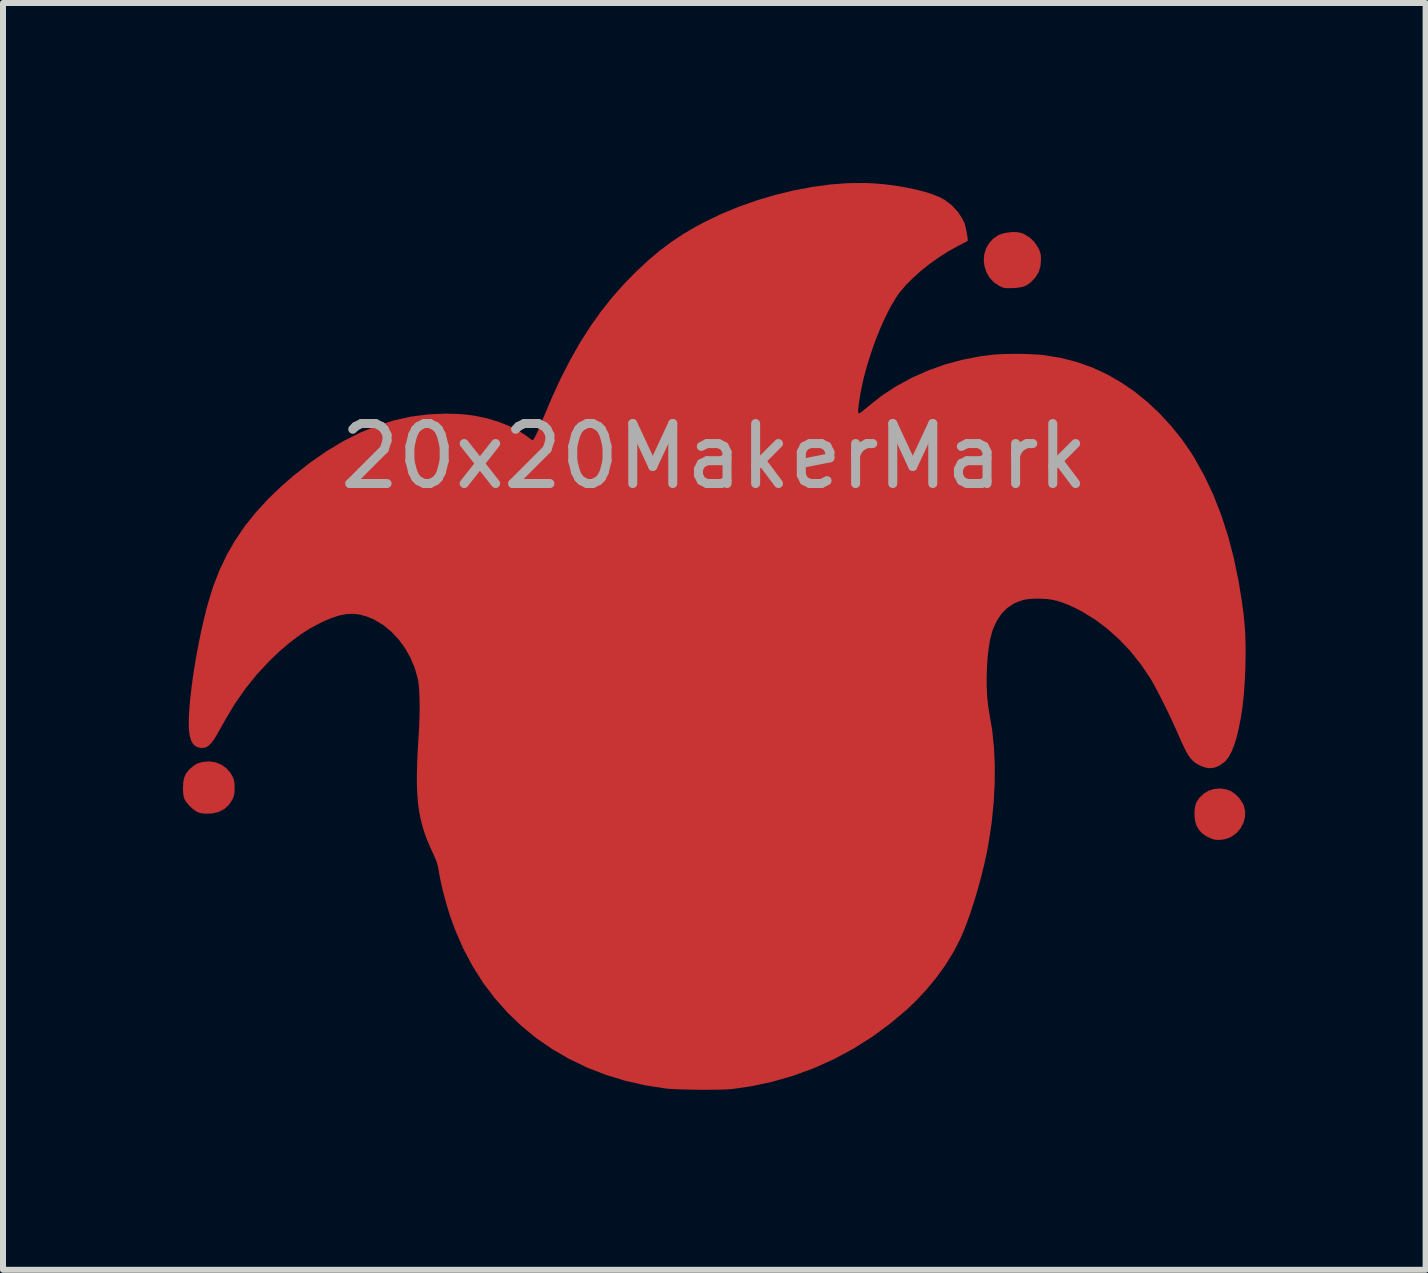
<source format=kicad_pcb>
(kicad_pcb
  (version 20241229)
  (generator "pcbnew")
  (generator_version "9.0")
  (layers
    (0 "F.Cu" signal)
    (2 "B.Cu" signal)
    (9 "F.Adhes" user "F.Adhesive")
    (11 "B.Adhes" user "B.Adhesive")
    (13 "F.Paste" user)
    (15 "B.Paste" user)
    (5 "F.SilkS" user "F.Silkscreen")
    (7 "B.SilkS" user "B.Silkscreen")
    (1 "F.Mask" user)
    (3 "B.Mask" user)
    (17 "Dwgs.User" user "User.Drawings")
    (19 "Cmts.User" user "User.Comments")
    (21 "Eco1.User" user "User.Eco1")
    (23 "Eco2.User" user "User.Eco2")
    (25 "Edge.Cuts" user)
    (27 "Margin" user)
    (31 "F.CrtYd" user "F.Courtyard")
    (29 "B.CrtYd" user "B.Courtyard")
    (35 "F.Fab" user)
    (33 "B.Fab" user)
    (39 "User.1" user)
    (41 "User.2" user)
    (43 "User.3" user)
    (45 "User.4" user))
  (footprint "20x20MakerMark"
    (layer "F.Cu")
    (at 8.853 7.554)
    (property "Reference" "20x20MakerMark" (at 0 -3 0) (unlocked yes) (layer "F.Fab") (effects (font (size 1 1) (thickness 0.15))))
    (attr through_hole)
    (fp_poly (pts (xy 8.526 2.55) (xy 8.603 2.577) (xy 8.684 2.63) (xy 8.755 2.702) (xy 8.809 2.784) (xy 8.827 2.824) (xy 8.849 2.918) (xy 8.847 3.014) (xy 8.822 3.108) (xy 8.777 3.195) (xy 8.714 3.272) (xy 8.634 3.333) (xy 8.59 3.356) (xy 8.518 3.381) (xy 8.439 3.394) (xy 8.365 3.394) (xy 8.306 3.381) (xy 8.21 3.338) (xy 8.136 3.288) (xy 8.08 3.228) (xy 8.037 3.153) (xy 8.037 3.153) (xy 8.017 3.088) (xy 8.006 3.008) (xy 8.005 2.924) (xy 8.014 2.844) (xy 8.032 2.778) (xy 8.035 2.772) (xy 8.086 2.693) (xy 8.157 2.625) (xy 8.239 2.575) (xy 8.33 2.546) (xy 8.429 2.537)) (stroke (width 0) (type solid)) (fill yes) (layer "F.Cu"))
    (fp_poly (pts (xy 5.053 -6.734) (xy 5.104 -6.725) (xy 5.153 -6.708) (xy 5.164 -6.703) (xy 5.261 -6.644) (xy 5.341 -6.565) (xy 5.403 -6.469) (xy 5.403 -6.469) (xy 5.425 -6.421) (xy 5.438 -6.381) (xy 5.445 -6.339) (xy 5.446 -6.284) (xy 5.446 -6.267) (xy 5.437 -6.162) (xy 5.409 -6.071) (xy 5.358 -5.986) (xy 5.318 -5.94) (xy 5.262 -5.886) (xy 5.205 -5.848) (xy 5.141 -5.823) (xy 5.062 -5.809) (xy 4.98 -5.803) (xy 4.915 -5.801) (xy 4.869 -5.801) (xy 4.835 -5.805) (xy 4.806 -5.814) (xy 4.773 -5.828) (xy 4.75 -5.84) (xy 4.662 -5.899) (xy 4.591 -5.974) (xy 4.539 -6.063) (xy 4.506 -6.16) (xy 4.493 -6.262) (xy 4.501 -6.365) (xy 4.532 -6.465) (xy 4.581 -6.55) (xy 4.652 -6.628) (xy 4.736 -6.685) (xy 4.835 -6.72) (xy 4.95 -6.736) (xy 4.988 -6.737)) (stroke (width 0) (type solid)) (fill yes) (layer "F.Cu"))
    (fp_poly (pts (xy -8.307 2.103) (xy -8.212 2.142) (xy -8.129 2.201) (xy -8.061 2.278) (xy -8.031 2.331) (xy -8.012 2.373) (xy -8.001 2.411) (xy -7.995 2.454) (xy -7.993 2.513) (xy -7.993 2.527) (xy -7.994 2.589) (xy -7.999 2.634) (xy -8.009 2.672) (xy -8.026 2.712) (xy -8.031 2.723) (xy -8.088 2.81) (xy -8.163 2.878) (xy -8.254 2.926) (xy -8.277 2.933) (xy -8.363 2.952) (xy -8.454 2.958) (xy -8.539 2.952) (xy -8.596 2.938) (xy -8.644 2.913) (xy -8.698 2.871) (xy -8.752 2.82) (xy -8.797 2.766) (xy -8.827 2.718) (xy -8.84 2.681) (xy -8.848 2.638) (xy -8.852 2.58) (xy -8.853 2.527) (xy -8.848 2.431) (xy -8.833 2.355) (xy -8.804 2.291) (xy -8.76 2.234) (xy -8.73 2.204) (xy -8.674 2.157) (xy -8.623 2.126) (xy -8.564 2.105) (xy -8.513 2.093) (xy -8.408 2.086)) (stroke (width 0) (type solid)) (fill yes) (layer "F.Cu"))
    (fp_poly (pts (xy 2.667 -7.547) (xy 2.847 -7.532) (xy 3.025 -7.509) (xy 3.196 -7.48) (xy 3.357 -7.446) (xy 3.506 -7.408) (xy 3.638 -7.366) (xy 3.751 -7.321) (xy 3.841 -7.273) (xy 3.85 -7.268) (xy 3.959 -7.183) (xy 4.055 -7.081) (xy 4.131 -6.969) (xy 4.173 -6.882) (xy 4.184 -6.843) (xy 4.197 -6.788) (xy 4.209 -6.725) (xy 4.22 -6.663) (xy 4.226 -6.612) (xy 4.227 -6.591) (xy 4.215 -6.584) (xy 4.185 -6.567) (xy 4.139 -6.543) (xy 4.083 -6.514) (xy 4.066 -6.506) (xy 3.905 -6.417) (xy 3.746 -6.316) (xy 3.591 -6.205) (xy 3.444 -6.088) (xy 3.309 -5.967) (xy 3.19 -5.847) (xy 3.09 -5.729) (xy 3.035 -5.65) (xy 2.946 -5.502) (xy 2.858 -5.331) (xy 2.773 -5.142) (xy 2.691 -4.94) (xy 2.616 -4.728) (xy 2.548 -4.511) (xy 2.494 -4.312) (xy 2.474 -4.225) (xy 2.454 -4.13) (xy 2.436 -4.034) (xy 2.421 -3.943) (xy 2.409 -3.862) (xy 2.402 -3.798) (xy 2.4 -3.763) (xy 2.401 -3.728) (xy 2.406 -3.714) (xy 2.42 -3.716) (xy 2.43 -3.722) (xy 2.453 -3.737) (xy 2.489 -3.766) (xy 2.534 -3.802) (xy 2.56 -3.825) (xy 2.784 -4.003) (xy 3.027 -4.163) (xy 3.286 -4.305) (xy 3.56 -4.427) (xy 3.845 -4.529) (xy 4.14 -4.609) (xy 4.442 -4.667) (xy 4.651 -4.693) (xy 4.745 -4.7) (xy 4.858 -4.704) (xy 4.983 -4.706) (xy 5.111 -4.706) (xy 5.237 -4.703) (xy 5.354 -4.697) (xy 5.453 -4.69) (xy 5.482 -4.687) (xy 5.765 -4.642) (xy 6.037 -4.573) (xy 6.298 -4.481) (xy 6.551 -4.364) (xy 6.796 -4.222) (xy 7.011 -4.074) (xy 7.218 -3.906) (xy 7.42 -3.717) (xy 7.611 -3.51) (xy 7.788 -3.291) (xy 7.946 -3.065) (xy 8.003 -2.973) (xy 8.17 -2.673) (xy 8.319 -2.356) (xy 8.45 -2.023) (xy 8.564 -1.672) (xy 8.661 -1.302) (xy 8.741 -0.913) (xy 8.792 -0.6) (xy 8.812 -0.453) (xy 8.828 -0.325) (xy 8.839 -0.209) (xy 8.848 -0.098) (xy 8.853 0.015) (xy 8.856 0.138) (xy 8.857 0.277) (xy 8.857 0.3) (xy 8.853 0.531) (xy 8.843 0.754) (xy 8.828 0.966) (xy 8.806 1.166) (xy 8.779 1.352) (xy 8.746 1.522) (xy 8.71 1.675) (xy 8.668 1.81) (xy 8.623 1.923) (xy 8.574 2.014) (xy 8.521 2.081) (xy 8.501 2.099) (xy 8.416 2.158) (xy 8.335 2.191) (xy 8.254 2.2) (xy 8.171 2.185) (xy 8.112 2.162) (xy 8.06 2.135) (xy 8.015 2.107) (xy 7.975 2.074) (xy 7.938 2.034) (xy 7.902 1.983) (xy 7.865 1.919) (xy 7.825 1.838) (xy 7.779 1.738) (xy 7.734 1.637) (xy 7.682 1.519) (xy 7.624 1.393) (xy 7.563 1.264) (xy 7.5 1.136) (xy 7.438 1.013) (xy 7.379 0.899) (xy 7.325 0.799) (xy 7.279 0.717) (xy 7.258 0.684) (xy 7.103 0.457) (xy 6.932 0.244) (xy 6.748 0.05) (xy 6.552 -0.125) (xy 6.348 -0.279) (xy 6.136 -0.409) (xy 6.023 -0.467) (xy 5.906 -0.521) (xy 5.806 -0.561) (xy 5.714 -0.59) (xy 5.626 -0.61) (xy 5.533 -0.621) (xy 5.43 -0.626) (xy 5.379 -0.627) (xy 5.271 -0.623) (xy 5.179 -0.611) (xy 5.095 -0.587) (xy 5.012 -0.552) (xy 4.984 -0.538) (xy 4.882 -0.469) (xy 4.791 -0.378) (xy 4.715 -0.265) (xy 4.653 -0.134) (xy 4.629 -0.063) (xy 4.599 0.053) (xy 4.576 0.189) (xy 4.558 0.341) (xy 4.547 0.503) (xy 4.541 0.669) (xy 4.542 0.835) (xy 4.549 0.995) (xy 4.563 1.143) (xy 4.584 1.275) (xy 4.586 1.287) (xy 4.632 1.555) (xy 4.662 1.841) (xy 4.677 2.142) (xy 4.675 2.454) (xy 4.658 2.773) (xy 4.626 3.097) (xy 4.577 3.423) (xy 4.546 3.593) (xy 4.502 3.797) (xy 4.451 4.005) (xy 4.394 4.214) (xy 4.333 4.419) (xy 4.269 4.615) (xy 4.204 4.797) (xy 4.138 4.961) (xy 4.098 5.051) (xy 3.989 5.261) (xy 3.858 5.474) (xy 3.707 5.684) (xy 3.539 5.888) (xy 3.358 6.082) (xy 3.212 6.221) (xy 2.927 6.461) (xy 2.628 6.68) (xy 2.316 6.876) (xy 1.992 7.05) (xy 1.658 7.2) (xy 1.316 7.325) (xy 0.966 7.426) (xy 0.609 7.502) (xy 0.3 7.546) (xy 0.24 7.551) (xy 0.159 7.555) (xy 0.06 7.557) (xy -0.051 7.558) (xy -0.171 7.559) (xy -0.293 7.558) (xy -0.414 7.556) (xy -0.528 7.553) (xy -0.631 7.55) (xy -0.719 7.545) (xy -0.786 7.54) (xy -0.8 7.539) (xy -1.15 7.484) (xy -1.489 7.407) (xy -1.813 7.307) (xy -2.124 7.186) (xy -2.42 7.043) (xy -2.701 6.88) (xy -2.966 6.697) (xy -3.214 6.494) (xy -3.445 6.272) (xy -3.658 6.031) (xy -3.853 5.773) (xy -4.028 5.496) (xy -4.183 5.203) (xy -4.318 4.893) (xy -4.4 4.668) (xy -4.431 4.568) (xy -4.464 4.457) (xy -4.496 4.34) (xy -4.526 4.224) (xy -4.552 4.114) (xy -4.572 4.016) (xy -4.586 3.938) (xy -4.587 3.933) (xy -4.596 3.879) (xy -4.605 3.832) (xy -4.617 3.789) (xy -4.633 3.742) (xy -4.656 3.687) (xy -4.687 3.617) (xy -4.713 3.56) (xy -4.769 3.433) (xy -4.817 3.309) (xy -4.857 3.185) (xy -4.89 3.058) (xy -4.916 2.927) (xy -4.935 2.788) (xy -4.948 2.638) (xy -4.955 2.475) (xy -4.955 2.297) (xy -4.95 2.1) (xy -4.94 1.882) (xy -4.925 1.647) (xy -4.917 1.501) (xy -4.912 1.354) (xy -4.909 1.212) (xy -4.91 1.077) (xy -4.914 0.953) (xy -4.921 0.845) (xy -4.931 0.757) (xy -4.94 0.707) (xy -4.991 0.528) (xy -5.063 0.357) (xy -5.153 0.198) (xy -5.259 0.053) (xy -5.379 -0.075) (xy -5.51 -0.183) (xy -5.652 -0.269) (xy -5.673 -0.28) (xy -5.791 -0.329) (xy -5.904 -0.361) (xy -6.015 -0.374) (xy -6.129 -0.369) (xy -6.248 -0.346) (xy -6.378 -0.304) (xy -6.521 -0.243) (xy -6.554 -0.227) (xy -6.73 -0.134) (xy -6.9 -0.025) (xy -7.07 0.102) (xy -7.242 0.249) (xy -7.407 0.406) (xy -7.619 0.633) (xy -7.811 0.871) (xy -7.988 1.125) (xy -8.133 1.367) (xy -8.172 1.436) (xy -8.214 1.51) (xy -8.252 1.577) (xy -8.276 1.62) (xy -8.331 1.711) (xy -8.38 1.778) (xy -8.427 1.825) (xy -8.473 1.852) (xy -8.522 1.862) (xy -8.575 1.858) (xy -8.634 1.839) (xy -8.68 1.802) (xy -8.714 1.745) (xy -8.739 1.666) (xy -8.745 1.634) (xy -8.755 1.551) (xy -8.758 1.446) (xy -8.754 1.32) (xy -8.745 1.177) (xy -8.73 1.019) (xy -8.71 0.848) (xy -8.686 0.668) (xy -8.657 0.481) (xy -8.624 0.29) (xy -8.587 0.098) (xy -8.548 -0.094) (xy -8.505 -0.281) (xy -8.46 -0.462) (xy -8.438 -0.545) (xy -8.35 -0.83) (xy -8.245 -1.1) (xy -8.123 -1.357) (xy -7.981 -1.603) (xy -7.82 -1.839) (xy -7.636 -2.068) (xy -7.43 -2.292) (xy -7.199 -2.513) (xy -7.013 -2.674) (xy -6.736 -2.893) (xy -6.458 -3.086) (xy -6.181 -3.252) (xy -5.903 -3.392) (xy -5.624 -3.507) (xy -5.343 -3.596) (xy -5.06 -3.659) (xy -4.774 -3.697) (xy -4.485 -3.71) (xy -4.48 -3.71) (xy -4.296 -3.706) (xy -4.129 -3.694) (xy -3.971 -3.671) (xy -3.814 -3.638) (xy -3.768 -3.627) (xy -3.597 -3.575) (xy -3.433 -3.51) (xy -3.282 -3.436) (xy -3.15 -3.354) (xy -3.102 -3.318) (xy -3.066 -3.291) (xy -3.038 -3.272) (xy -3.025 -3.267) (xy -3.012 -3.279) (xy -2.99 -3.316) (xy -2.96 -3.376) (xy -2.923 -3.458) (xy -2.88 -3.561) (xy -2.853 -3.627) (xy -2.704 -3.979) (xy -2.553 -4.307) (xy -2.396 -4.612) (xy -2.234 -4.897) (xy -2.064 -5.164) (xy -1.885 -5.415) (xy -1.697 -5.652) (xy -1.497 -5.877) (xy -1.305 -6.073) (xy -1.108 -6.257) (xy -0.915 -6.421) (xy -0.719 -6.568) (xy -0.517 -6.703) (xy -0.3 -6.83) (xy -0.168 -6.9) (xy 0.113 -7.036) (xy 0.406 -7.157) (xy 0.709 -7.264) (xy 1.018 -7.356) (xy 1.328 -7.431) (xy 1.637 -7.489) (xy 1.942 -7.53) (xy 2.238 -7.552) (xy 2.523 -7.554)) (stroke (width 0) (type solid)) (fill yes) (layer "F.Cu"))
    (fp_poly (pts (xy 8.526 2.55) (xy 8.603 2.577) (xy 8.684 2.63) (xy 8.755 2.702) (xy 8.809 2.784) (xy 8.827 2.824) (xy 8.849 2.918) (xy 8.847 3.014) (xy 8.822 3.108) (xy 8.777 3.195) (xy 8.714 3.272) (xy 8.634 3.333) (xy 8.59 3.356) (xy 8.518 3.381) (xy 8.439 3.394) (xy 8.365 3.394) (xy 8.306 3.381) (xy 8.21 3.338) (xy 8.136 3.288) (xy 8.08 3.228) (xy 8.037 3.153) (xy 8.037 3.153) (xy 8.017 3.088) (xy 8.006 3.008) (xy 8.005 2.924) (xy 8.014 2.844) (xy 8.032 2.778) (xy 8.035 2.772) (xy 8.086 2.693) (xy 8.157 2.625) (xy 8.239 2.575) (xy 8.33 2.546) (xy 8.429 2.537)) (stroke (width 0) (type solid)) (fill yes) (layer "F.Mask"))
    (fp_poly (pts (xy 1.881 2.563) (xy 1.943 2.578) (xy 2.021 2.618) (xy 2.091 2.681) (xy 2.15 2.761) (xy 2.193 2.855) (xy 2.205 2.894) (xy 2.216 2.987) (xy 2.203 3.08) (xy 2.17 3.17) (xy 2.118 3.251) (xy 2.05 3.319) (xy 1.975 3.364) (xy 1.927 3.379) (xy 1.861 3.39) (xy 1.787 3.396) (xy 1.714 3.397) (xy 1.651 3.393) (xy 1.618 3.386) (xy 1.568 3.361) (xy 1.514 3.318) (xy 1.462 3.263) (xy 1.417 3.202) (xy 1.393 3.157) (xy 1.371 3.105) (xy 1.36 3.059) (xy 1.355 3.005) (xy 1.354 2.967) (xy 1.355 2.906) (xy 1.361 2.86) (xy 1.375 2.819) (xy 1.391 2.784) (xy 1.443 2.704) (xy 1.511 2.637) (xy 1.59 2.589) (xy 1.618 2.578) (xy 1.699 2.56) (xy 1.791 2.555)) (stroke (width 0) (type solid)) (fill yes) (layer "F.Mask"))
    (fp_poly (pts (xy 5.053 -6.734) (xy 5.104 -6.725) (xy 5.153 -6.708) (xy 5.164 -6.703) (xy 5.261 -6.644) (xy 5.341 -6.565) (xy 5.403 -6.469) (xy 5.403 -6.469) (xy 5.425 -6.421) (xy 5.438 -6.381) (xy 5.445 -6.339) (xy 5.446 -6.284) (xy 5.446 -6.267) (xy 5.437 -6.162) (xy 5.409 -6.071) (xy 5.358 -5.986) (xy 5.318 -5.94) (xy 5.262 -5.886) (xy 5.205 -5.848) (xy 5.141 -5.823) (xy 5.062 -5.809) (xy 4.98 -5.803) (xy 4.915 -5.801) (xy 4.869 -5.801) (xy 4.835 -5.805) (xy 4.806 -5.814) (xy 4.773 -5.828) (xy 4.75 -5.84) (xy 4.662 -5.899) (xy 4.591 -5.974) (xy 4.539 -6.063) (xy 4.506 -6.16) (xy 4.493 -6.262) (xy 4.501 -6.365) (xy 4.532 -6.465) (xy 4.581 -6.55) (xy 4.652 -6.628) (xy 4.736 -6.685) (xy 4.835 -6.72) (xy 4.95 -6.736) (xy 4.988 -6.737)) (stroke (width 0) (type solid)) (fill yes) (layer "F.Mask"))
    (fp_poly (pts (xy -8.307 2.103) (xy -8.212 2.142) (xy -8.129 2.201) (xy -8.061 2.278) (xy -8.031 2.331) (xy -8.012 2.373) (xy -8.001 2.411) (xy -7.995 2.454) (xy -7.993 2.513) (xy -7.993 2.527) (xy -7.994 2.589) (xy -7.999 2.634) (xy -8.009 2.672) (xy -8.026 2.712) (xy -8.031 2.723) (xy -8.088 2.81) (xy -8.163 2.878) (xy -8.254 2.926) (xy -8.277 2.933) (xy -8.363 2.952) (xy -8.454 2.958) (xy -8.539 2.952) (xy -8.596 2.938) (xy -8.644 2.913) (xy -8.698 2.871) (xy -8.752 2.82) (xy -8.797 2.766) (xy -8.827 2.718) (xy -8.84 2.681) (xy -8.848 2.638) (xy -8.852 2.58) (xy -8.853 2.527) (xy -8.848 2.431) (xy -8.833 2.355) (xy -8.804 2.291) (xy -8.76 2.234) (xy -8.73 2.204) (xy -8.674 2.157) (xy -8.623 2.126) (xy -8.564 2.105) (xy -8.513 2.093) (xy -8.408 2.086)) (stroke (width 0) (type solid)) (fill yes) (layer "F.Mask"))
    (fp_poly (pts (xy -1.436 2.997) (xy -1.365 3.008) (xy -1.306 3.03) (xy -1.253 3.064) (xy -1.2 3.115) (xy -1.188 3.128) (xy -1.126 3.209) (xy -1.087 3.292) (xy -1.07 3.386) (xy -1.069 3.46) (xy -1.081 3.559) (xy -1.111 3.642) (xy -1.161 3.718) (xy -1.203 3.762) (xy -1.282 3.822) (xy -1.376 3.863) (xy -1.479 3.885) (xy -1.584 3.885) (xy -1.615 3.88) (xy -1.664 3.868) (xy -1.71 3.852) (xy -1.72 3.847) (xy -1.775 3.81) (xy -1.834 3.758) (xy -1.887 3.698) (xy -1.928 3.64) (xy -1.931 3.634) (xy -1.948 3.599) (xy -1.958 3.567) (xy -1.964 3.529) (xy -1.966 3.478) (xy -1.967 3.433) (xy -1.963 3.348) (xy -1.951 3.281) (xy -1.927 3.223) (xy -1.888 3.167) (xy -1.842 3.116) (xy -1.79 3.066) (xy -1.744 3.031) (xy -1.696 3.01) (xy -1.638 2.998) (xy -1.564 2.994) (xy -1.527 2.994)) (stroke (width 0) (type solid)) (fill yes) (layer "F.Mask"))
    (fp_poly (pts (xy 2.629 -7.543) (xy 2.745 -7.537) (xy 2.771 -7.535) (xy 2.929 -7.517) (xy 3.087 -7.493) (xy 3.241 -7.464) (xy 3.389 -7.43) (xy 3.525 -7.393) (xy 3.647 -7.353) (xy 3.75 -7.312) (xy 3.831 -7.269) (xy 3.841 -7.263) (xy 3.953 -7.176) (xy 4.047 -7.077) (xy 4.122 -6.967) (xy 4.176 -6.85) (xy 4.207 -6.73) (xy 4.213 -6.642) (xy 4.212 -6.621) (xy 4.207 -6.605) (xy 4.194 -6.59) (xy 4.169 -6.573) (xy 4.128 -6.55) (xy 4.07 -6.52) (xy 3.912 -6.432) (xy 3.755 -6.333) (xy 3.601 -6.223) (xy 3.455 -6.108) (xy 3.32 -5.989) (xy 3.2 -5.871) (xy 3.099 -5.755) (xy 3.033 -5.665) (xy 2.965 -5.553) (xy 2.893 -5.42) (xy 2.821 -5.27) (xy 2.75 -5.109) (xy 2.683 -4.941) (xy 2.621 -4.772) (xy 2.574 -4.627) (xy 2.537 -4.503) (xy 2.504 -4.379) (xy 2.474 -4.258) (xy 2.448 -4.143) (xy 2.427 -4.035) (xy 2.411 -3.939) (xy 2.401 -3.856) (xy 2.396 -3.789) (xy 2.398 -3.741) (xy 2.407 -3.714) (xy 2.413 -3.71) (xy 2.43 -3.717) (xy 2.463 -3.739) (xy 2.508 -3.772) (xy 2.561 -3.814) (xy 2.593 -3.84) (xy 2.834 -4.024) (xy 3.09 -4.188) (xy 3.36 -4.33) (xy 3.643 -4.45) (xy 3.935 -4.548) (xy 4.236 -4.623) (xy 4.544 -4.674) (xy 4.856 -4.7) (xy 5.172 -4.702) (xy 5.173 -4.702) (xy 5.474 -4.68) (xy 5.762 -4.634) (xy 6.038 -4.565) (xy 6.302 -4.472) (xy 6.556 -4.354) (xy 6.8 -4.213) (xy 7.035 -4.046) (xy 7.262 -3.854) (xy 7.374 -3.747) (xy 7.556 -3.556) (xy 7.72 -3.365) (xy 7.867 -3.168) (xy 8.002 -2.961) (xy 8.128 -2.739) (xy 8.247 -2.498) (xy 8.321 -2.331) (xy 8.424 -2.07) (xy 8.519 -1.788) (xy 8.604 -1.49) (xy 8.679 -1.181) (xy 8.743 -0.866) (xy 8.794 -0.55) (xy 8.83 -0.238) (xy 8.839 -0.134) (xy 8.851 0.067) (xy 8.855 0.277) (xy 8.852 0.49) (xy 8.841 0.705) (xy 8.825 0.917) (xy 8.802 1.122) (xy 8.774 1.318) (xy 8.74 1.501) (xy 8.702 1.667) (xy 8.659 1.812) (xy 8.625 1.902) (xy 8.573 2.002) (xy 8.509 2.082) (xy 8.435 2.141) (xy 8.355 2.178) (xy 8.269 2.191) (xy 8.182 2.18) (xy 8.118 2.156) (xy 8.061 2.125) (xy 8.011 2.09) (xy 7.966 2.048) (xy 7.924 1.996) (xy 7.882 1.93) (xy 7.838 1.849) (xy 7.791 1.748) (xy 7.738 1.625) (xy 7.734 1.615) (xy 7.66 1.445) (xy 7.58 1.272) (xy 7.496 1.101) (xy 7.41 0.936) (xy 7.326 0.785) (xy 7.246 0.651) (xy 7.222 0.613) (xy 7.088 0.422) (xy 6.94 0.241) (xy 6.781 0.071) (xy 6.612 -0.085) (xy 6.437 -0.226) (xy 6.259 -0.35) (xy 6.078 -0.454) (xy 5.899 -0.536) (xy 5.723 -0.595) (xy 5.671 -0.608) (xy 5.582 -0.623) (xy 5.481 -0.632) (xy 5.376 -0.634) (xy 5.273 -0.63) (xy 5.182 -0.619) (xy 5.113 -0.604) (xy 4.987 -0.551) (xy 4.877 -0.477) (xy 4.783 -0.382) (xy 4.705 -0.266) (xy 4.643 -0.129) (xy 4.608 -0.011) (xy 4.588 0.072) (xy 4.572 0.151) (xy 4.561 0.231) (xy 4.552 0.316) (xy 4.546 0.412) (xy 4.542 0.523) (xy 4.541 0.654) (xy 4.54 0.733) (xy 4.54 0.843) (xy 4.541 0.93) (xy 4.542 1) (xy 4.544 1.058) (xy 4.548 1.108) (xy 4.554 1.156) (xy 4.562 1.205) (xy 4.572 1.262) (xy 4.583 1.32) (xy 4.603 1.421) (xy 4.619 1.507) (xy 4.631 1.583) (xy 4.641 1.654) (xy 4.648 1.726) (xy 4.653 1.803) (xy 4.657 1.892) (xy 4.66 1.996) (xy 4.662 2.121) (xy 4.663 2.13) (xy 4.664 2.417) (xy 4.655 2.686) (xy 4.637 2.943) (xy 4.607 3.197) (xy 4.565 3.455) (xy 4.511 3.722) (xy 4.466 3.916) (xy 4.385 4.225) (xy 4.297 4.51) (xy 4.202 4.773) (xy 4.098 5.017) (xy 3.984 5.245) (xy 3.858 5.457) (xy 3.719 5.657) (xy 3.567 5.848) (xy 3.399 6.03) (xy 3.215 6.207) (xy 3.194 6.226) (xy 2.92 6.456) (xy 2.631 6.666) (xy 2.331 6.856) (xy 2.019 7.026) (xy 1.7 7.174) (xy 1.373 7.299) (xy 1.043 7.4) (xy 0.71 7.478) (xy 0.376 7.53) (xy 0.214 7.546) (xy 0.143 7.55) (xy 0.052 7.553) (xy -0.054 7.556) (xy -0.168 7.557) (xy -0.284 7.557) (xy -0.396 7.557) (xy -0.497 7.555) (xy -0.581 7.552) (xy -0.6 7.551) (xy -0.771 7.536) (xy -0.959 7.509) (xy -1.157 7.473) (xy -1.359 7.429) (xy -1.557 7.378) (xy -1.747 7.321) (xy -1.88 7.276) (xy -2.191 7.148) (xy -2.486 6.999) (xy -2.765 6.829) (xy -3.028 6.639) (xy -3.273 6.429) (xy -3.501 6.199) (xy -3.71 5.951) (xy -3.901 5.685) (xy -4.071 5.401) (xy -4.222 5.101) (xy -4.305 4.904) (xy -4.361 4.755) (xy -4.415 4.595) (xy -4.464 4.431) (xy -4.509 4.268) (xy -4.545 4.113) (xy -4.572 3.974) (xy -4.578 3.936) (xy -4.588 3.875) (xy -4.6 3.822) (xy -4.615 3.77) (xy -4.636 3.713) (xy -4.665 3.647) (xy -4.676 3.623) (xy -4.204 3.623) (xy -4.174 3.795) (xy -4.121 4.062) (xy -4.058 4.311) (xy -3.982 4.549) (xy -3.892 4.783) (xy -3.783 5.018) (xy -3.758 5.07) (xy -3.677 5.22) (xy -3.583 5.377) (xy -3.482 5.532) (xy -3.378 5.678) (xy -3.277 5.806) (xy -3.275 5.808) (xy -3.099 5.999) (xy -2.903 6.182) (xy -2.69 6.352) (xy -2.466 6.507) (xy -2.235 6.641) (xy -2.182 6.669) (xy -1.96 6.772) (xy -1.725 6.864) (xy -1.483 6.944) (xy -1.238 7.011) (xy -0.998 7.062) (xy -0.767 7.095) (xy -0.647 7.106) (xy -0.569 7.11) (xy -0.47 7.112) (xy -0.355 7.112) (xy -0.23 7.111) (xy -0.1 7.109) (xy 0.03 7.105) (xy 0.153 7.1) (xy 0.265 7.094) (xy 0.297 7.092) (xy 0.495 7.07) (xy 0.707 7.031) (xy 0.93 6.976) (xy 1.16 6.906) (xy 1.393 6.823) (xy 1.624 6.727) (xy 1.85 6.621) (xy 1.867 6.612) (xy 2.126 6.47) (xy 2.376 6.311) (xy 2.614 6.14) (xy 2.838 5.956) (xy 3.044 5.764) (xy 3.231 5.564) (xy 3.395 5.36) (xy 3.491 5.223) (xy 3.595 5.047) (xy 3.694 4.848) (xy 3.788 4.628) (xy 3.875 4.391) (xy 3.955 4.139) (xy 4.026 3.875) (xy 4.089 3.602) (xy 4.141 3.323) (xy 4.183 3.041) (xy 4.213 2.759) (xy 4.214 2.753) (xy 4.22 2.656) (xy 4.225 2.543) (xy 4.228 2.418) (xy 4.229 2.287) (xy 4.228 2.155) (xy 4.226 2.028) (xy 4.222 1.911) (xy 4.216 1.81) (xy 4.209 1.728) (xy 4.208 1.719) (xy 4.201 1.664) (xy 4.191 1.594) (xy 4.179 1.514) (xy 4.166 1.427) (xy 4.152 1.337) (xy 4.139 1.249) (xy 4.126 1.167) (xy 4.114 1.093) (xy 4.103 1.033) (xy 4.096 0.99) (xy 4.091 0.968) (xy 4.09 0.966) (xy 4.074 0.96) (xy 4.035 0.951) (xy 3.98 0.941) (xy 3.914 0.93) (xy 3.841 0.919) (xy 3.766 0.908) (xy 3.694 0.899) (xy 3.693 0.899) (xy 3.595 0.89) (xy 3.475 0.882) (xy 3.34 0.877) (xy 3.194 0.872) (xy 3.043 0.87) (xy 2.892 0.869) (xy 2.748 0.871) (xy 2.615 0.874) (xy 2.513 0.879) (xy 1.969 0.924) (xy 1.432 0.994) (xy 0.903 1.09) (xy 0.382 1.211) (xy -0.131 1.357) (xy -0.635 1.528) (xy -0.873 1.619) (xy -1.072 1.699) (xy -1.256 1.775) (xy -1.43 1.851) (xy -1.597 1.927) (xy -1.762 2.005) (xy -1.927 2.088) (xy -2.096 2.177) (xy -2.274 2.274) (xy -2.463 2.38) (xy -2.668 2.499) (xy -2.844 2.602) (xy -3.031 2.718) (xy -3.225 2.845) (xy -3.42 2.981) (xy -3.61 3.121) (xy -3.791 3.262) (xy -3.958 3.4) (xy -4.105 3.531) (xy -4.204 3.623) (xy -4.676 3.623) (xy -4.703 3.563) (xy -4.711 3.546) (xy -4.806 3.315) (xy -4.876 3.08) (xy -4.922 2.836) (xy -4.933 2.747) (xy -4.939 2.665) (xy -4.943 2.562) (xy -4.945 2.443) (xy -4.946 2.312) (xy -4.944 2.197) (xy -4.502 2.197) (xy -4.502 2.359) (xy -4.495 2.522) (xy -4.483 2.682) (xy -4.466 2.835) (xy -4.444 2.975) (xy -4.418 3.097) (xy -4.393 3.184) (xy -4.385 3.193) (xy -4.371 3.191) (xy -4.346 3.176) (xy -4.308 3.146) (xy -4.254 3.099) (xy -4.247 3.093) (xy -4.13 2.991) (xy -4.027 2.903) (xy -3.929 2.824) (xy -3.832 2.749) (xy -3.75 2.688) (xy -3.537 2.538) (xy -3.303 2.383) (xy -3.052 2.226) (xy -2.789 2.069) (xy -2.517 1.915) (xy -2.242 1.766) (xy -1.967 1.624) (xy -1.698 1.492) (xy -1.438 1.373) (xy -1.319 1.321) (xy -0.809 1.118) (xy -0.29 0.941) (xy 0.236 0.789) (xy 0.769 0.662) (xy 1.307 0.562) (xy 1.851 0.487) (xy 2.394 0.439) (xy 2.575 0.431) (xy 2.774 0.426) (xy 2.985 0.426) (xy 3.2 0.431) (xy 3.415 0.438) (xy 3.623 0.45) (xy 3.818 0.465) (xy 3.993 0.484) (xy 4.028 0.488) (xy 4.089 0.496) (xy 4.097 0.337) (xy 4.115 0.154) (xy 4.152 -0.042) (xy 4.205 -0.244) (xy 4.273 -0.446) (xy 4.286 -0.481) (xy 4.288 -0.492) (xy 4.283 -0.502) (xy 4.266 -0.514) (xy 4.235 -0.527) (xy 4.185 -0.546) (xy 4.114 -0.57) (xy 4.106 -0.573) (xy 4.017 -0.606) (xy 3.92 -0.647) (xy 3.823 -0.692) (xy 3.73 -0.739) (xy 3.65 -0.785) (xy 3.588 -0.825) (xy 3.58 -0.831) (xy 3.47 -0.922) (xy 3.356 -1.031) (xy 3.243 -1.151) (xy 3.138 -1.276) (xy 3.046 -1.399) (xy 2.991 -1.483) (xy 2.958 -1.538) (xy 2.928 -1.583) (xy 2.905 -1.614) (xy 2.892 -1.627) (xy 2.892 -1.627) (xy 2.876 -1.622) (xy 2.839 -1.609) (xy 2.784 -1.589) (xy 2.714 -1.562) (xy 2.632 -1.531) (xy 2.542 -1.497) (xy 2.529 -1.492) (xy 2.326 -1.414) (xy 2.143 -1.348) (xy 1.979 -1.293) (xy 1.829 -1.246) (xy 1.692 -1.209) (xy 1.564 -1.18) (xy 1.442 -1.159) (xy 1.323 -1.144) (xy 1.204 -1.136) (xy 1.082 -1.132) (xy 1.054 -1.132) (xy 0.805 -1.145) (xy 0.556 -1.182) (xy 0.306 -1.244) (xy 0.053 -1.331) (xy -0.099 -1.395) (xy -0.158 -1.422) (xy -0.213 -1.446) (xy -0.256 -1.465) (xy -0.275 -1.474) (xy -0.317 -1.492) (xy -0.448 -1.316) (xy -0.607 -1.118) (xy -0.78 -0.935) (xy -0.964 -0.768) (xy -1.157 -0.62) (xy -1.356 -0.492) (xy -1.558 -0.386) (xy -1.762 -0.304) (xy -1.82 -0.285) (xy -1.87 -0.271) (xy -1.913 -0.26) (xy -1.957 -0.254) (xy -2.008 -0.25) (xy -2.074 -0.248) (xy -2.147 -0.248) (xy -2.232 -0.248) (xy -2.298 -0.25) (xy -2.351 -0.254) (xy -2.398 -0.261) (xy -2.446 -0.272) (xy -2.466 -0.277) (xy -2.563 -0.306) (xy -2.662 -0.34) (xy -2.769 -0.382) (xy -2.888 -0.432) (xy -3.023 -0.494) (xy -3.097 -0.529) (xy -3.176 -0.566) (xy -3.247 -0.598) (xy -3.307 -0.624) (xy -3.352 -0.642) (xy -3.378 -0.65) (xy -3.383 -0.651) (xy -3.39 -0.647) (xy -3.398 -0.638) (xy -3.408 -0.62) (xy -3.421 -0.591) (xy -3.438 -0.551) (xy -3.459 -0.495) (xy -3.486 -0.422) (xy -3.519 -0.33) (xy -3.559 -0.217) (xy -3.593 -0.12) (xy -3.676 0.111) (xy -3.762 0.337) (xy -3.85 0.555) (xy -3.939 0.764) (xy -4.027 0.96) (xy -4.113 1.141) (xy -4.196 1.304) (xy -4.275 1.446) (xy -4.349 1.566) (xy -4.355 1.576) (xy -4.393 1.634) (xy -4.426 1.688) (xy -4.451 1.733) (xy -4.465 1.761) (xy -4.465 1.762) (xy -4.471 1.789) (xy -4.478 1.838) (xy -4.485 1.903) (xy -4.491 1.978) (xy -4.496 2.043) (xy -4.502 2.197) (xy -4.944 2.197) (xy -4.944 2.175) (xy -4.94 2.037) (xy -4.935 1.902) (xy -4.927 1.777) (xy -4.927 1.769) (xy -4.913 1.566) (xy -4.904 1.386) (xy -4.899 1.227) (xy -4.898 1.086) (xy -4.902 0.96) (xy -4.912 0.847) (xy -4.927 0.744) (xy -4.947 0.648) (xy -4.974 0.557) (xy -5.007 0.467) (xy -5.047 0.376) (xy -5.083 0.3) (xy -5.171 0.151) (xy -5.278 0.014) (xy -5.399 -0.108) (xy -5.531 -0.209) (xy -5.641 -0.274) (xy -5.759 -0.326) (xy -5.87 -0.359) (xy -5.985 -0.375) (xy -6.067 -0.378) (xy -6.135 -0.377) (xy -6.188 -0.373) (xy -6.235 -0.364) (xy -6.286 -0.348) (xy -6.327 -0.334) (xy -6.54 -0.244) (xy -6.749 -0.132) (xy -6.955 0.005) (xy -7.16 0.166) (xy -7.365 0.352) (xy -7.414 0.4) (xy -7.573 0.568) (xy -7.722 0.743) (xy -7.864 0.93) (xy -8.001 1.132) (xy -8.136 1.354) (xy -8.2 1.467) (xy -8.26 1.573) (xy -8.311 1.658) (xy -8.352 1.725) (xy -8.388 1.774) (xy -8.42 1.809) (xy -8.45 1.833) (xy -8.48 1.846) (xy -8.512 1.852) (xy -8.54 1.853) (xy -8.596 1.846) (xy -8.643 1.824) (xy -8.681 1.787) (xy -8.711 1.732) (xy -8.733 1.66) (xy -8.747 1.568) (xy -8.752 1.457) (xy -8.75 1.325) (xy -8.739 1.172) (xy -8.721 0.995) (xy -8.695 0.795) (xy -8.672 0.633) (xy -8.672 0.632) (xy -8.227 0.632) (xy -8.224 0.652) (xy -8.222 0.653) (xy -8.211 0.643) (xy -8.187 0.616) (xy -8.153 0.575) (xy -8.111 0.524) (xy -8.087 0.493) (xy -7.913 0.284) (xy -7.738 0.097) (xy -7.558 -0.074) (xy -7.367 -0.233) (xy -7.16 -0.385) (xy -7.096 -0.429) (xy -6.944 -0.525) (xy -6.79 -0.611) (xy -6.638 -0.686) (xy -6.494 -0.745) (xy -6.363 -0.787) (xy -6.363 -0.787) (xy -6.193 -0.819) (xy -6.019 -0.825) (xy -5.845 -0.807) (xy -5.672 -0.766) (xy -5.502 -0.702) (xy -5.337 -0.616) (xy -5.18 -0.51) (xy -5.034 -0.383) (xy -4.899 -0.238) (xy -4.848 -0.174) (xy -4.738 -0.01) (xy -4.645 0.168) (xy -4.568 0.364) (xy -4.505 0.579) (xy -4.48 0.687) (xy -4.443 0.86) (xy -4.397 0.76) (xy -4.353 0.662) (xy -4.303 0.543) (xy -4.247 0.405) (xy -4.188 0.253) (xy -4.126 0.091) (xy -4.063 -0.078) (xy -4 -0.251) (xy -3.939 -0.423) (xy -3.881 -0.591) (xy -3.879 -0.597) (xy -3.849 -0.685) (xy -3.82 -0.767) (xy -3.795 -0.838) (xy -3.774 -0.895) (xy -3.76 -0.932) (xy -3.754 -0.946) (xy -3.701 -1.024) (xy -3.635 -1.08) (xy -3.557 -1.113) (xy -3.485 -1.122) (xy -3.434 -1.118) (xy -3.375 -1.107) (xy -3.307 -1.086) (xy -3.224 -1.054) (xy -3.123 -1.011) (xy -3.047 -0.977) (xy -2.964 -0.939) (xy -2.874 -0.897) (xy -2.787 -0.857) (xy -2.712 -0.822) (xy -2.704 -0.819) (xy -2.603 -0.773) (xy -2.52 -0.738) (xy -2.451 -0.712) (xy -2.39 -0.694) (xy -2.332 -0.683) (xy -2.272 -0.676) (xy -2.205 -0.674) (xy -2.167 -0.674) (xy -2.069 -0.676) (xy -1.986 -0.684) (xy -1.911 -0.7) (xy -1.834 -0.726) (xy -1.748 -0.763) (xy -1.679 -0.797) (xy -1.527 -0.881) (xy -1.386 -0.974) (xy -1.251 -1.078) (xy -1.119 -1.197) (xy -0.989 -1.333) (xy -0.856 -1.489) (xy -0.732 -1.648) (xy -0.679 -1.719) (xy -0.628 -1.784) (xy -0.584 -1.841) (xy -0.549 -1.885) (xy -0.526 -1.913) (xy -0.523 -1.917) (xy -0.465 -1.961) (xy -0.397 -1.981) (xy -0.319 -1.977) (xy -0.234 -1.95) (xy -0.143 -1.899) (xy -0.031 -1.832) (xy 0.102 -1.768) (xy 0.25 -1.708) (xy 0.408 -1.654) (xy 0.57 -1.609) (xy 0.653 -1.591) (xy 0.731 -1.575) (xy 0.799 -1.565) (xy 0.868 -1.559) (xy 0.946 -1.556) (xy 1.027 -1.555) (xy 1.134 -1.557) (xy 1.24 -1.564) (xy 1.346 -1.576) (xy 1.456 -1.595) (xy 1.572 -1.622) (xy 1.697 -1.656) (xy 1.834 -1.699) (xy 1.986 -1.751) (xy 2.157 -1.813) (xy 2.348 -1.886) (xy 2.373 -1.896) (xy 2.508 -1.949) (xy 2.621 -1.991) (xy 2.715 -2.024) (xy 2.793 -2.049) (xy 2.858 -2.065) (xy 2.911 -2.075) (xy 2.957 -2.078) (xy 2.997 -2.076) (xy 3.035 -2.068) (xy 3.041 -2.067) (xy 3.082 -2.05) (xy 3.123 -2.021) (xy 3.168 -1.978) (xy 3.219 -1.919) (xy 3.277 -1.84) (xy 3.339 -1.749) (xy 3.45 -1.59) (xy 3.557 -1.455) (xy 3.666 -1.34) (xy 3.779 -1.242) (xy 3.901 -1.159) (xy 4.035 -1.088) (xy 4.185 -1.025) (xy 4.355 -0.969) (xy 4.435 -0.946) (xy 4.627 -0.893) (xy 4.757 -0.958) (xy 4.888 -1.018) (xy 5.014 -1.061) (xy 5.14 -1.088) (xy 5.274 -1.1) (xy 5.422 -1.099) (xy 5.497 -1.094) (xy 5.675 -1.076) (xy 5.836 -1.046) (xy 5.989 -1.004) (xy 6.141 -0.947) (xy 6.273 -0.887) (xy 6.434 -0.801) (xy 6.6 -0.697) (xy 6.766 -0.58) (xy 6.925 -0.455) (xy 7.072 -0.326) (xy 7.201 -0.197) (xy 7.239 -0.154) (xy 7.43 0.081) (xy 7.611 0.339) (xy 7.784 0.619) (xy 7.945 0.92) (xy 8.095 1.239) (xy 8.147 1.36) (xy 8.173 1.422) (xy 8.195 1.475) (xy 8.212 1.515) (xy 8.222 1.536) (xy 8.223 1.537) (xy 8.238 1.545) (xy 8.255 1.532) (xy 8.269 1.501) (xy 8.269 1.499) (xy 8.28 1.451) (xy 8.291 1.381) (xy 8.304 1.296) (xy 8.316 1.2) (xy 8.328 1.099) (xy 8.338 0.998) (xy 8.346 0.903) (xy 8.348 0.874) (xy 8.353 0.781) (xy 8.356 0.67) (xy 8.358 0.547) (xy 8.358 0.414) (xy 8.357 0.278) (xy 8.355 0.143) (xy 8.352 0.012) (xy 8.347 -0.11) (xy 8.341 -0.218) (xy 8.335 -0.308) (xy 8.328 -0.373) (xy 8.277 -0.695) (xy 8.215 -1.008) (xy 8.145 -1.31) (xy 8.065 -1.597) (xy 7.978 -1.866) (xy 7.883 -2.115) (xy 7.782 -2.342) (xy 7.763 -2.38) (xy 7.613 -2.657) (xy 7.449 -2.911) (xy 7.271 -3.144) (xy 7.077 -3.356) (xy 6.868 -3.55) (xy 6.641 -3.725) (xy 6.568 -3.776) (xy 6.343 -3.91) (xy 6.104 -4.024) (xy 5.854 -4.115) (xy 5.624 -4.176) (xy 5.583 -4.185) (xy 5.544 -4.192) (xy 5.504 -4.197) (xy 5.46 -4.201) (xy 5.407 -4.204) (xy 5.341 -4.205) (xy 5.258 -4.206) (xy 5.155 -4.206) (xy 5.087 -4.206) (xy 4.954 -4.206) (xy 4.833 -4.204) (xy 4.728 -4.2) (xy 4.641 -4.196) (xy 4.576 -4.191) (xy 4.56 -4.189) (xy 4.347 -4.153) (xy 4.131 -4.101) (xy 3.915 -4.034) (xy 3.703 -3.956) (xy 3.501 -3.867) (xy 3.313 -3.769) (xy 3.143 -3.665) (xy 3.017 -3.572) (xy 2.918 -3.491) (xy 2.82 -3.405) (xy 2.725 -3.319) (xy 2.638 -3.237) (xy 2.564 -3.161) (xy 2.505 -3.096) (xy 2.484 -3.071) (xy 2.414 -2.987) (xy 2.349 -2.923) (xy 2.29 -2.878) (xy 2.24 -2.856) (xy 2.22 -2.853) (xy 2.188 -2.859) (xy 2.157 -2.878) (xy 2.127 -2.908) (xy 2.066 -2.994) (xy 2.018 -3.102) (xy 1.984 -3.23) (xy 1.962 -3.377) (xy 1.954 -3.542) (xy 1.959 -3.723) (xy 1.977 -3.919) (xy 2.007 -4.128) (xy 2.051 -4.349) (xy 2.108 -4.58) (xy 2.155 -4.744) (xy 2.204 -4.899) (xy 2.256 -5.047) (xy 2.314 -5.194) (xy 2.382 -5.348) (xy 2.462 -5.516) (xy 2.473 -5.54) (xy 2.544 -5.68) (xy 2.609 -5.799) (xy 2.671 -5.902) (xy 2.734 -5.995) (xy 2.801 -6.082) (xy 2.876 -6.167) (xy 2.961 -6.256) (xy 2.972 -6.267) (xy 3.082 -6.373) (xy 3.182 -6.461) (xy 3.278 -6.536) (xy 3.375 -6.602) (xy 3.478 -6.664) (xy 3.509 -6.681) (xy 3.563 -6.712) (xy 3.607 -6.74) (xy 3.637 -6.762) (xy 3.647 -6.774) (xy 3.635 -6.791) (xy 3.601 -6.814) (xy 3.55 -6.841) (xy 3.485 -6.869) (xy 3.411 -6.898) (xy 3.332 -6.924) (xy 3.287 -6.938) (xy 3.017 -7.002) (xy 2.736 -7.043) (xy 2.443 -7.06) (xy 2.14 -7.054) (xy 1.829 -7.025) (xy 1.508 -6.973) (xy 1.181 -6.898) (xy 0.847 -6.801) (xy 0.571 -6.705) (xy 0.28 -6.588) (xy 0.011 -6.461) (xy -0.239 -6.322) (xy -0.475 -6.169) (xy -0.7 -6) (xy -0.918 -5.81) (xy -1.133 -5.599) (xy -1.21 -5.517) (xy -1.346 -5.366) (xy -1.473 -5.213) (xy -1.593 -5.058) (xy -1.707 -4.897) (xy -1.816 -4.728) (xy -1.923 -4.549) (xy -2.028 -4.357) (xy -2.134 -4.149) (xy -2.241 -3.923) (xy -2.35 -3.677) (xy -2.465 -3.407) (xy -2.487 -3.353) (xy -2.547 -3.207) (xy -2.599 -3.083) (xy -2.642 -2.98) (xy -2.678 -2.896) (xy -2.708 -2.828) (xy -2.733 -2.775) (xy -2.754 -2.734) (xy -2.771 -2.704) (xy -2.787 -2.683) (xy -2.801 -2.668) (xy -2.815 -2.657) (xy -2.83 -2.649) (xy -2.831 -2.649) (xy -2.883 -2.631) (xy -2.933 -2.629) (xy -2.985 -2.644) (xy -3.046 -2.678) (xy -3.117 -2.732) (xy -3.122 -2.735) (xy -3.177 -2.778) (xy -3.247 -2.828) (xy -3.326 -2.882) (xy -3.408 -2.937) (xy -3.487 -2.987) (xy -3.557 -3.029) (xy -3.612 -3.059) (xy -3.612 -3.059) (xy -3.774 -3.128) (xy -3.954 -3.18) (xy -4.149 -3.215) (xy -4.356 -3.234) (xy -4.572 -3.235) (xy -4.793 -3.219) (xy -5.018 -3.186) (xy -5.053 -3.179) (xy -5.298 -3.117) (xy -5.546 -3.03) (xy -5.796 -2.918) (xy -6.047 -2.783) (xy -6.296 -2.624) (xy -6.544 -2.444) (xy -6.788 -2.242) (xy -7.005 -2.04) (xy -7.19 -1.853) (xy -7.352 -1.671) (xy -7.494 -1.492) (xy -7.618 -1.31) (xy -7.727 -1.123) (xy -7.823 -0.926) (xy -7.908 -0.715) (xy -7.984 -0.486) (xy -8.054 -0.236) (xy -8.065 -0.193) (xy -8.093 -0.079) (xy -8.119 0.036) (xy -8.144 0.15) (xy -8.167 0.259) (xy -8.186 0.36) (xy -8.203 0.451) (xy -8.215 0.529) (xy -8.223 0.59) (xy -8.227 0.632) (xy -8.672 0.632) (xy -8.615 0.289) (xy -8.554 -0.03) (xy -8.487 -0.324) (xy -8.415 -0.594) (xy -8.336 -0.841) (xy -8.252 -1.066) (xy -8.162 -1.27) (xy -8.085 -1.419) (xy -7.943 -1.65) (xy -7.778 -1.878) (xy -7.591 -2.103) (xy -7.386 -2.322) (xy -7.165 -2.532) (xy -6.932 -2.731) (xy -6.688 -2.917) (xy -6.438 -3.087) (xy -6.182 -3.24) (xy -5.925 -3.372) (xy -5.669 -3.482) (xy -5.564 -3.521) (xy -5.315 -3.597) (xy -5.068 -3.652) (xy -4.814 -3.687) (xy -4.573 -3.702) (xy -4.317 -3.701) (xy -4.076 -3.68) (xy -3.847 -3.639) (xy -3.627 -3.577) (xy -3.513 -3.535) (xy -3.396 -3.482) (xy -3.282 -3.424) (xy -3.18 -3.363) (xy -3.117 -3.319) (xy -3.074 -3.289) (xy -3.038 -3.268) (xy -3.015 -3.26) (xy -3.012 -3.261) (xy -3.002 -3.272) (xy -2.987 -3.297) (xy -2.967 -3.337) (xy -2.941 -3.394) (xy -2.908 -3.47) (xy -2.868 -3.568) (xy -2.818 -3.688) (xy -2.813 -3.7) (xy -2.682 -4.008) (xy -2.55 -4.293) (xy -2.416 -4.558) (xy -2.277 -4.808) (xy -2.132 -5.045) (xy -2.003 -5.236) (xy -1.821 -5.484) (xy -1.621 -5.725) (xy -1.41 -5.955) (xy -1.189 -6.171) (xy -0.964 -6.369) (xy -0.737 -6.544) (xy -0.72 -6.556) (xy -0.463 -6.725) (xy -0.185 -6.882) (xy 0.111 -7.026) (xy 0.422 -7.154) (xy 0.745 -7.267) (xy 1.075 -7.364) (xy 1.412 -7.441) (xy 1.75 -7.5) (xy 1.805 -7.507) (xy 1.924 -7.521) (xy 2.059 -7.531) (xy 2.205 -7.539) (xy 2.353 -7.543) (xy 2.496 -7.545)) (stroke (width 0) (type solid)) (fill yes) (layer "F.Mask")))
  (gr_rect
    (start -3 -3)
    (end 20.71 18.113)
    (stroke (width 0.1) (type default))
    (fill no)
    (layer "Edge.Cuts")))
</source>
